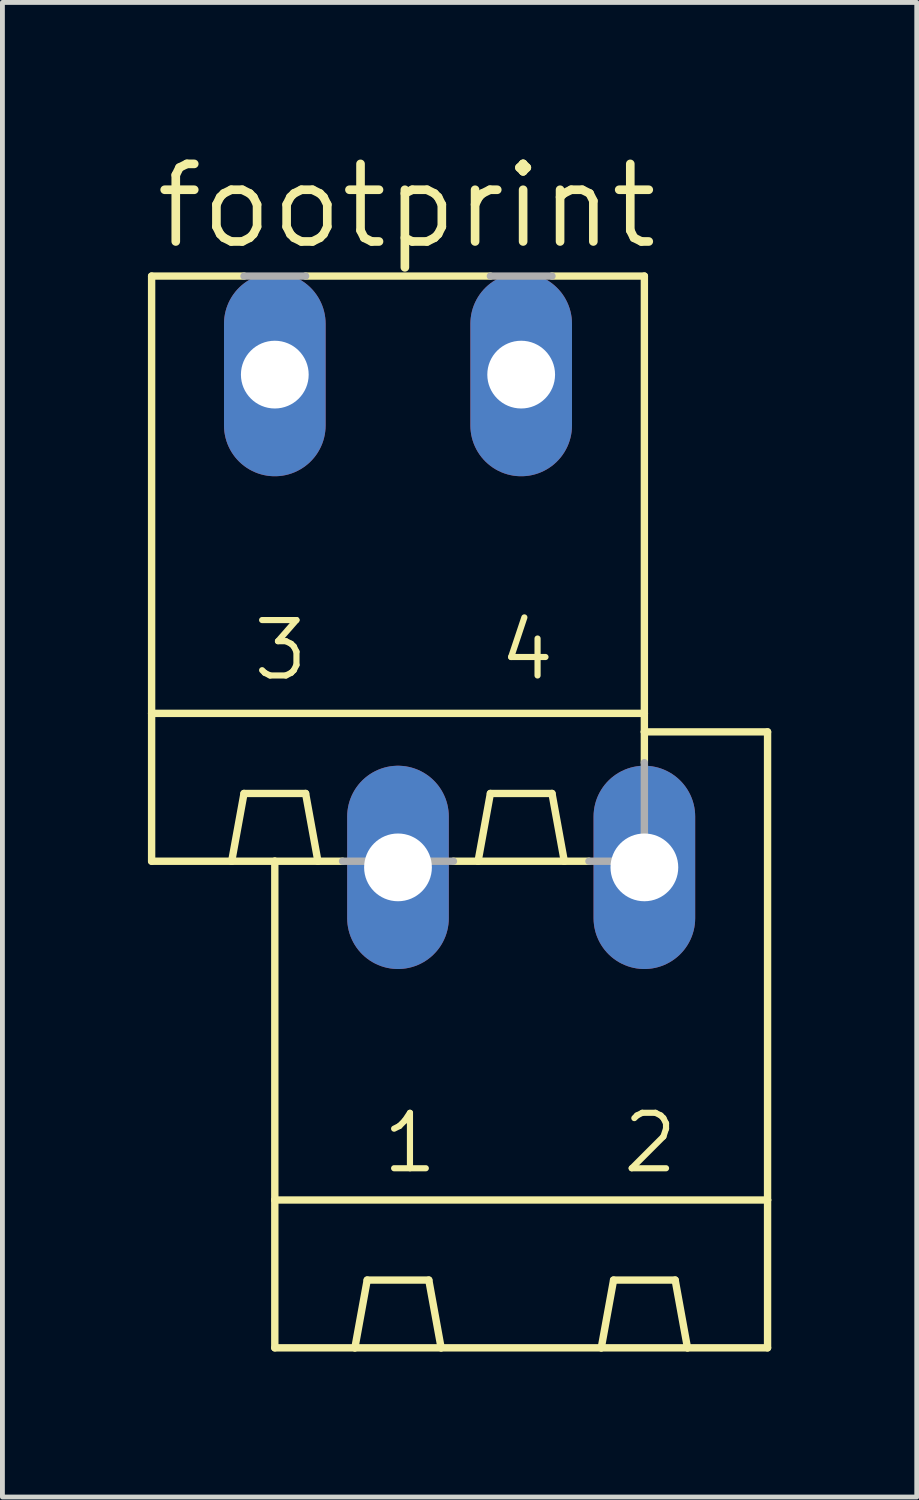
<source format=kicad_pcb>
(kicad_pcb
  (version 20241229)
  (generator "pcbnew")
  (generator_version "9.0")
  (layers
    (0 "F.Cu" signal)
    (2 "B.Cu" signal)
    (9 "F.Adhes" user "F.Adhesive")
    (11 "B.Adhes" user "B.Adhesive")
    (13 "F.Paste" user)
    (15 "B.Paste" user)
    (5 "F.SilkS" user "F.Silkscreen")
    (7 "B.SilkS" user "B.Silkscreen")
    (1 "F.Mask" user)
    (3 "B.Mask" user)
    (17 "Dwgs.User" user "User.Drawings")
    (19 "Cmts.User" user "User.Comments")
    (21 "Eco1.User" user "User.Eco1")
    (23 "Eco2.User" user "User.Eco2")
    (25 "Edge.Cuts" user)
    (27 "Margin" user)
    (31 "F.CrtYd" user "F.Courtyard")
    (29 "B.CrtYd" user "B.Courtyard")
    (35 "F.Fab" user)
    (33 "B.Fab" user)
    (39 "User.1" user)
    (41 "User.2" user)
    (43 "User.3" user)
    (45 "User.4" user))
  (footprint "footprint"
    (layer "F.Cu")
    (at 5.156 9.754)
    (property "Reference" "footprint" (at -5.08 -7.62 0) (layer "F.SilkS") (effects (font (size 1.6 1.6) (thickness 0.178)) (justify left bottom)))
    (fp_line (start -5.08 -7.112) (end -5.08 1.905) (stroke (width 0.152) (type solid)) (layer "F.SilkS"))
    (fp_line (start -5.08 -7.112) (end -3.175 -7.112) (stroke (width 0.152) (type solid)) (layer "F.SilkS"))
    (fp_line (start -5.08 1.905) (end -5.08 4.953) (stroke (width 0.152) (type solid)) (layer "F.SilkS"))
    (fp_line (start -5.08 1.905) (end 5.08 1.905) (stroke (width 0.152) (type solid)) (layer "F.SilkS"))
    (fp_line (start -5.08 4.953) (end -3.429 4.953) (stroke (width 0.152) (type solid)) (layer "F.SilkS"))
    (fp_line (start -3.429 4.953) (end -3.175 3.556) (stroke (width 0.152) (type solid)) (layer "F.SilkS"))
    (fp_line (start -3.429 4.953) (end -2.54 4.953) (stroke (width 0.152) (type solid)) (layer "F.SilkS"))
    (fp_line (start -3.175 3.556) (end -1.905 3.556) (stroke (width 0.152) (type solid)) (layer "F.SilkS"))
    (fp_line (start -2.54 4.953) (end -1.651 4.953) (stroke (width 0.152) (type solid)) (layer "F.SilkS"))
    (fp_line (start -2.54 11.938) (end -2.54 4.953) (stroke (width 0.152) (type solid)) (layer "F.SilkS"))
    (fp_line (start -2.54 11.938) (end 7.62 11.938) (stroke (width 0.152) (type solid)) (layer "F.SilkS"))
    (fp_line (start -2.54 14.986) (end -2.54 11.938) (stroke (width 0.152) (type solid)) (layer "F.SilkS"))
    (fp_line (start -2.54 14.986) (end -0.889 14.986) (stroke (width 0.152) (type solid)) (layer "F.SilkS"))
    (fp_line (start -1.905 -7.112) (end 1.905 -7.112) (stroke (width 0.152) (type solid)) (layer "F.SilkS"))
    (fp_line (start -1.905 3.556) (end -1.651 4.953) (stroke (width 0.152) (type solid)) (layer "F.SilkS"))
    (fp_line (start -1.143 4.953) (end -1.651 4.953) (stroke (width 0.152) (type solid)) (layer "F.SilkS"))
    (fp_line (start -0.889 14.986) (end -0.635 13.589) (stroke (width 0.152) (type solid)) (layer "F.SilkS"))
    (fp_line (start -0.889 14.986) (end 0.889 14.986) (stroke (width 0.152) (type solid)) (layer "F.SilkS"))
    (fp_line (start -0.635 13.589) (end 0.635 13.589) (stroke (width 0.152) (type solid)) (layer "F.SilkS"))
    (fp_line (start 0.635 13.589) (end 0.889 14.986) (stroke (width 0.152) (type solid)) (layer "F.SilkS"))
    (fp_line (start 0.889 14.986) (end 4.191 14.986) (stroke (width 0.152) (type solid)) (layer "F.SilkS"))
    (fp_line (start 1.651 4.953) (end 1.143 4.953) (stroke (width 0.152) (type solid)) (layer "F.SilkS"))
    (fp_line (start 1.651 4.953) (end 1.905 3.556) (stroke (width 0.152) (type solid)) (layer "F.SilkS"))
    (fp_line (start 1.651 4.953) (end 3.429 4.953) (stroke (width 0.152) (type solid)) (layer "F.SilkS"))
    (fp_line (start 1.905 3.556) (end 3.175 3.556) (stroke (width 0.152) (type solid)) (layer "F.SilkS"))
    (fp_line (start 3.175 -7.112) (end 5.08 -7.112) (stroke (width 0.152) (type solid)) (layer "F.SilkS"))
    (fp_line (start 3.175 3.556) (end 3.429 4.953) (stroke (width 0.152) (type solid)) (layer "F.SilkS"))
    (fp_line (start 3.429 4.953) (end 3.937 4.953) (stroke (width 0.152) (type solid)) (layer "F.SilkS"))
    (fp_line (start 4.191 14.986) (end 4.445 13.589) (stroke (width 0.152) (type solid)) (layer "F.SilkS"))
    (fp_line (start 4.191 14.986) (end 5.969 14.986) (stroke (width 0.152) (type solid)) (layer "F.SilkS"))
    (fp_line (start 4.445 13.589) (end 5.715 13.589) (stroke (width 0.152) (type solid)) (layer "F.SilkS"))
    (fp_line (start 5.08 -7.112) (end 5.08 1.905) (stroke (width 0.152) (type solid)) (layer "F.SilkS"))
    (fp_line (start 5.08 1.905) (end 5.08 2.286) (stroke (width 0.152) (type solid)) (layer "F.SilkS"))
    (fp_line (start 5.08 2.286) (end 5.08 2.921) (stroke (width 0.152) (type solid)) (layer "F.SilkS"))
    (fp_line (start 5.715 13.589) (end 5.969 14.986) (stroke (width 0.152) (type solid)) (layer "F.SilkS"))
    (fp_line (start 5.969 14.986) (end 7.62 14.986) (stroke (width 0.152) (type solid)) (layer "F.SilkS"))
    (fp_line (start 7.62 2.286) (end 5.08 2.286) (stroke (width 0.152) (type solid)) (layer "F.SilkS"))
    (fp_line (start 7.62 2.286) (end 7.62 11.938) (stroke (width 0.152) (type solid)) (layer "F.SilkS"))
    (fp_line (start 7.62 11.938) (end 7.62 14.986) (stroke (width 0.152) (type solid)) (layer "F.SilkS"))
    (fp_line (start -3.175 -7.112) (end -1.905 -7.112) (stroke (width 0.152) (type solid)) (layer "F.Fab"))
    (fp_line (start -1.143 4.953) (end 1.143 4.953) (stroke (width 0.152) (type solid)) (layer "F.Fab"))
    (fp_line (start 1.905 -7.112) (end 3.175 -7.112) (stroke (width 0.152) (type solid)) (layer "F.Fab"))
    (fp_line (start 3.937 4.953) (end 5.08 4.953) (stroke (width 0.152) (type solid)) (layer "F.Fab"))
    (fp_line (start 5.08 2.921) (end 5.08 4.953) (stroke (width 0.152) (type solid)) (layer "F.Fab"))
    (fp_text user "3" (at -3.048 1.27 0) (layer "F.SilkS") (effects (font (size 1.143 1.143) (thickness 0.127)) (justify left bottom)))
    (fp_text user "2" (at 4.572 11.43 0) (layer "F.SilkS") (effects (font (size 1.143 1.143) (thickness 0.127)) (justify left bottom)))
    (fp_text user "4" (at 2.032 1.27 0) (layer "F.SilkS") (effects (font (size 1.143 1.143) (thickness 0.127)) (justify left bottom)))
    (fp_text user "1" (at -0.381 11.43 0) (layer "F.SilkS") (effects (font (size 1.143 1.143) (thickness 0.127)) (justify left bottom)))
    (pad "1" thru_hole oval (at 0 5.08 90) (size 4.191 2.095) (drill 1.397) (layers "*.Cu" "*.Mask"))
    (pad "2" thru_hole oval (at 5.08 5.08 90) (size 4.191 2.095) (drill 1.397) (layers "*.Cu" "*.Mask"))
    (pad "3" thru_hole oval (at -2.54 -5.08 90) (size 4.191 2.095) (drill 1.397) (layers "*.Cu" "*.Mask"))
    (pad "4" thru_hole oval (at 2.54 -5.08 90) (size 4.191 2.095) (drill 1.397) (layers "*.Cu" "*.Mask")))
  (gr_rect
    (start -3 -3)
    (end 15.852 27.816)
    (stroke (width 0.1) (type default))
    (fill no)
    (layer "Edge.Cuts")))
</source>
